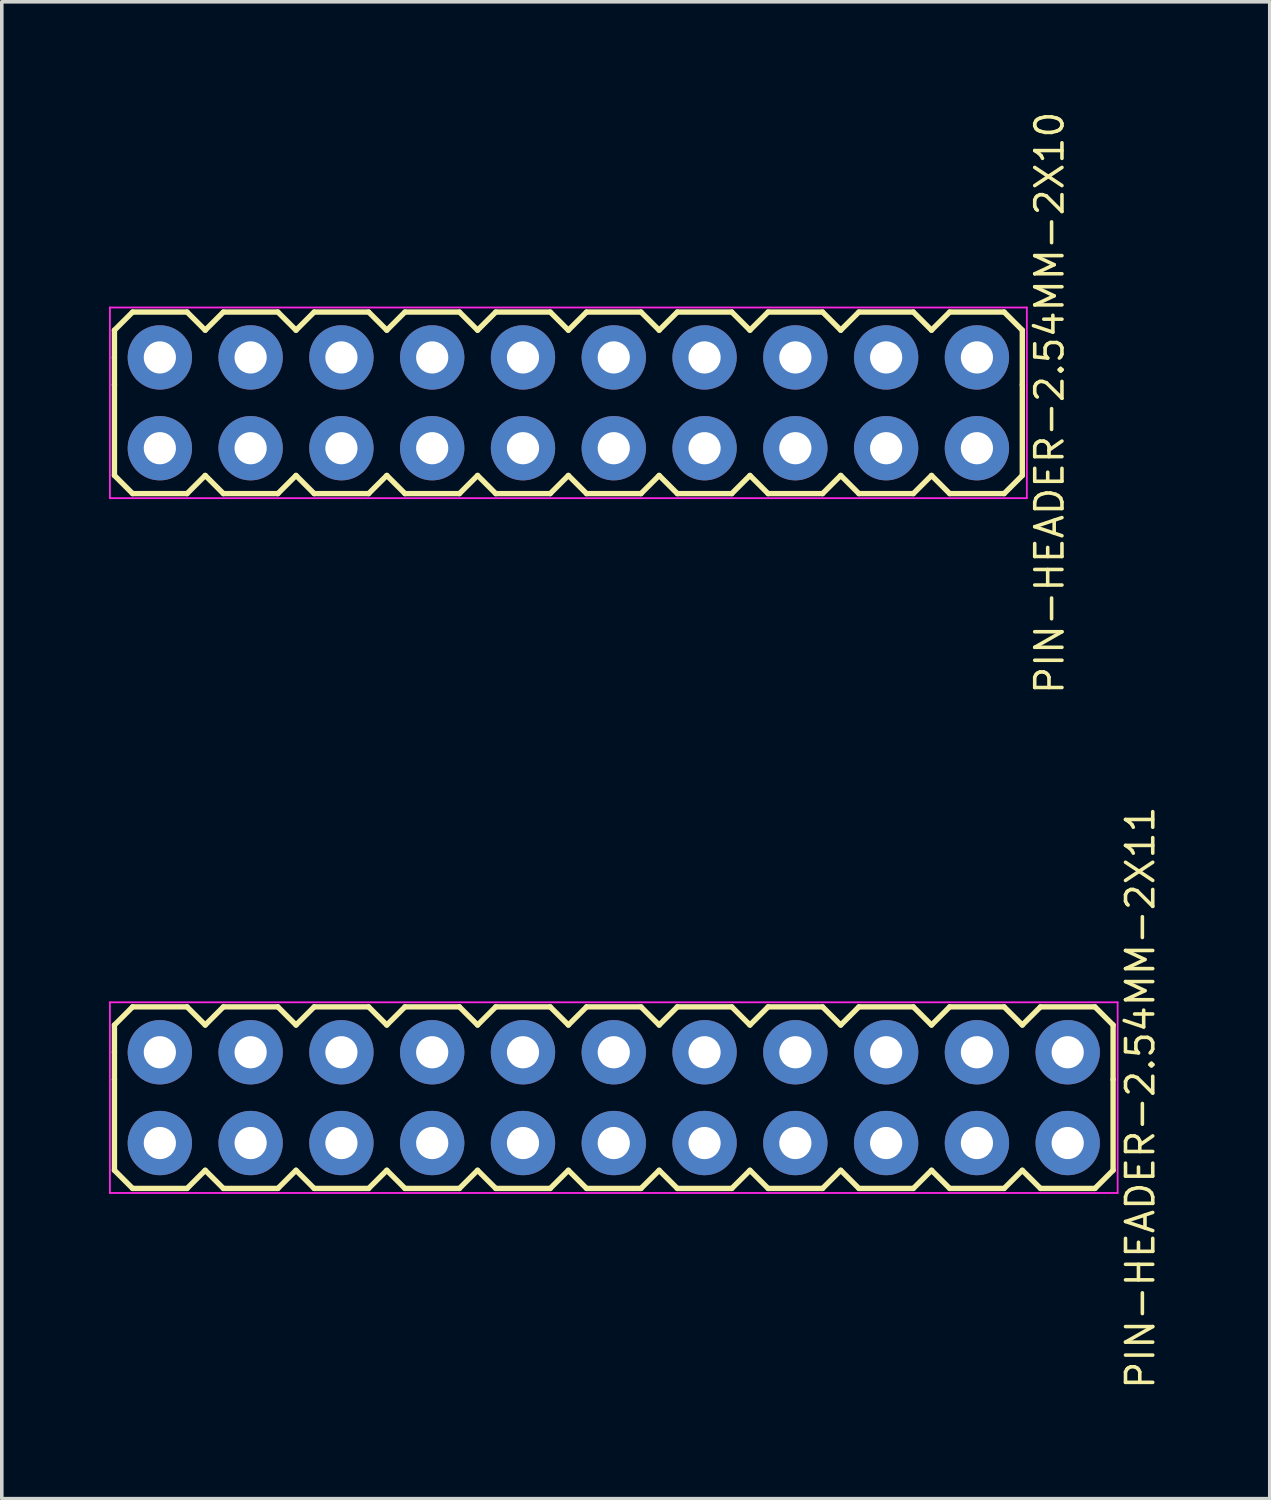
<source format=kicad_pcb>
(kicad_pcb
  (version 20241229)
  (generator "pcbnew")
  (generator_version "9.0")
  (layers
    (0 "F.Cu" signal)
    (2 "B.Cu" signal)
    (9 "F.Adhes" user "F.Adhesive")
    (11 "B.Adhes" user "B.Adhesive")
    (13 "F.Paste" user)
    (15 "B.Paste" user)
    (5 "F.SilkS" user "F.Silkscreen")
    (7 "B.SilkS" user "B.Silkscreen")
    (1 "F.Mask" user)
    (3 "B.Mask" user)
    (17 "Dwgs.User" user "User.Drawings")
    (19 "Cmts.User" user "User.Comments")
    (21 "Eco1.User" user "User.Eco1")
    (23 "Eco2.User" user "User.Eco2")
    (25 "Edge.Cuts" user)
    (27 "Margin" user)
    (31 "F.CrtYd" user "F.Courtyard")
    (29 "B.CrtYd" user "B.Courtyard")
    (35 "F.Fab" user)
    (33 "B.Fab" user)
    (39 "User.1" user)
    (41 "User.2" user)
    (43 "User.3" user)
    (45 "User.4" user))
  (footprint "PIN-HEADER-2.54MM-2X10"
    (layer "F.Cu")
    (at 12.852 8.22)
    (property "Reference" "PIN-HEADER-2.54MM-2X10" (at 13.462 0 90) (layer "F.SilkS") (effects (font (size 0.762 0.762) (thickness 0.1))))
    (attr through_hole)
    (fp_line (start -12.7 -2.032) (end -12.192 -2.54) (stroke (width 0.15) (type solid)) (layer "F.SilkS"))
    (fp_line (start -12.7 -1.27) (end -12.7 -2.032) (stroke (width 0.15) (type solid)) (layer "F.SilkS"))
    (fp_line (start -12.7 -0.508) (end -12.7 -1.27) (stroke (width 0.15) (type solid)) (layer "F.SilkS"))
    (fp_line (start -12.7 -0.508) (end -12.7 2.032) (stroke (width 0.15) (type solid)) (layer "F.SilkS"))
    (fp_line (start -12.7 2.032) (end -12.192 2.54) (stroke (width 0.15) (type solid)) (layer "F.SilkS"))
    (fp_line (start -12.192 -2.54) (end -10.668 -2.54) (stroke (width 0.15) (type solid)) (layer "F.SilkS"))
    (fp_line (start -12.192 2.54) (end -10.668 2.54) (stroke (width 0.15) (type solid)) (layer "F.SilkS"))
    (fp_line (start -10.668 -2.54) (end -10.16 -2.032) (stroke (width 0.15) (type solid)) (layer "F.SilkS"))
    (fp_line (start -10.668 2.54) (end -10.16 2.032) (stroke (width 0.15) (type solid)) (layer "F.SilkS"))
    (fp_line (start -10.16 -2.032) (end -9.652 -2.54) (stroke (width 0.15) (type solid)) (layer "F.SilkS"))
    (fp_line (start -10.16 2.032) (end -9.652 2.54) (stroke (width 0.15) (type solid)) (layer "F.SilkS"))
    (fp_line (start -9.652 -2.54) (end -8.128 -2.54) (stroke (width 0.15) (type solid)) (layer "F.SilkS"))
    (fp_line (start -9.652 2.54) (end -8.128 2.54) (stroke (width 0.15) (type solid)) (layer "F.SilkS"))
    (fp_line (start -8.128 -2.54) (end -7.62 -2.032) (stroke (width 0.15) (type solid)) (layer "F.SilkS"))
    (fp_line (start -8.128 2.54) (end -7.62 2.032) (stroke (width 0.15) (type solid)) (layer "F.SilkS"))
    (fp_line (start -7.62 -2.032) (end -7.112 -2.54) (stroke (width 0.15) (type solid)) (layer "F.SilkS"))
    (fp_line (start -7.62 2.032) (end -7.112 2.54) (stroke (width 0.15) (type solid)) (layer "F.SilkS"))
    (fp_line (start -7.112 -2.54) (end -5.588 -2.54) (stroke (width 0.15) (type solid)) (layer "F.SilkS"))
    (fp_line (start -7.112 2.54) (end -5.588 2.54) (stroke (width 0.15) (type solid)) (layer "F.SilkS"))
    (fp_line (start -5.588 -2.54) (end -5.08 -2.032) (stroke (width 0.15) (type solid)) (layer "F.SilkS"))
    (fp_line (start -5.588 2.54) (end -5.08 2.032) (stroke (width 0.15) (type solid)) (layer "F.SilkS"))
    (fp_line (start -5.08 -2.032) (end -4.572 -2.54) (stroke (width 0.15) (type solid)) (layer "F.SilkS"))
    (fp_line (start -5.08 2.032) (end -4.572 2.54) (stroke (width 0.15) (type solid)) (layer "F.SilkS"))
    (fp_line (start -4.572 -2.54) (end -3.048 -2.54) (stroke (width 0.15) (type solid)) (layer "F.SilkS"))
    (fp_line (start -4.572 2.54) (end -3.048 2.54) (stroke (width 0.15) (type solid)) (layer "F.SilkS"))
    (fp_line (start -3.048 -2.54) (end -2.54 -2.032) (stroke (width 0.15) (type solid)) (layer "F.SilkS"))
    (fp_line (start -3.048 2.54) (end -2.54 2.032) (stroke (width 0.15) (type solid)) (layer "F.SilkS"))
    (fp_line (start -2.54 -2.032) (end -2.032 -2.54) (stroke (width 0.15) (type solid)) (layer "F.SilkS"))
    (fp_line (start -2.54 2.032) (end -2.032 2.54) (stroke (width 0.15) (type solid)) (layer "F.SilkS"))
    (fp_line (start -2.032 -2.54) (end -0.508 -2.54) (stroke (width 0.15) (type solid)) (layer "F.SilkS"))
    (fp_line (start -2.032 2.54) (end -0.508 2.54) (stroke (width 0.15) (type solid)) (layer "F.SilkS"))
    (fp_line (start -0.508 -2.54) (end 0 -2.032) (stroke (width 0.15) (type solid)) (layer "F.SilkS"))
    (fp_line (start -0.508 2.54) (end 0 2.032) (stroke (width 0.15) (type solid)) (layer "F.SilkS"))
    (fp_line (start 0 -2.032) (end 0.508 -2.54) (stroke (width 0.15) (type solid)) (layer "F.SilkS"))
    (fp_line (start 0 2.032) (end 0.508 2.54) (stroke (width 0.15) (type solid)) (layer "F.SilkS"))
    (fp_line (start 0.508 -2.54) (end 2.032 -2.54) (stroke (width 0.15) (type solid)) (layer "F.SilkS"))
    (fp_line (start 0.508 2.54) (end 2.032 2.54) (stroke (width 0.15) (type solid)) (layer "F.SilkS"))
    (fp_line (start 2.032 -2.54) (end 2.54 -2.032) (stroke (width 0.15) (type solid)) (layer "F.SilkS"))
    (fp_line (start 2.032 2.54) (end 2.54 2.032) (stroke (width 0.15) (type solid)) (layer "F.SilkS"))
    (fp_line (start 2.54 -2.032) (end 3.048 -2.54) (stroke (width 0.15) (type solid)) (layer "F.SilkS"))
    (fp_line (start 2.54 2.032) (end 3.048 2.54) (stroke (width 0.15) (type solid)) (layer "F.SilkS"))
    (fp_line (start 3.048 -2.54) (end 4.572 -2.54) (stroke (width 0.15) (type solid)) (layer "F.SilkS"))
    (fp_line (start 3.048 2.54) (end 4.572 2.54) (stroke (width 0.15) (type solid)) (layer "F.SilkS"))
    (fp_line (start 4.572 -2.54) (end 5.08 -2.032) (stroke (width 0.15) (type solid)) (layer "F.SilkS"))
    (fp_line (start 4.572 2.54) (end 5.08 2.032) (stroke (width 0.15) (type solid)) (layer "F.SilkS"))
    (fp_line (start 5.08 -2.032) (end 5.588 -2.54) (stroke (width 0.15) (type solid)) (layer "F.SilkS"))
    (fp_line (start 5.08 2.032) (end 5.588 2.54) (stroke (width 0.15) (type solid)) (layer "F.SilkS"))
    (fp_line (start 5.588 -2.54) (end 7.112 -2.54) (stroke (width 0.15) (type solid)) (layer "F.SilkS"))
    (fp_line (start 5.588 2.54) (end 7.112 2.54) (stroke (width 0.15) (type solid)) (layer "F.SilkS"))
    (fp_line (start 7.112 -2.54) (end 7.62 -2.032) (stroke (width 0.15) (type solid)) (layer "F.SilkS"))
    (fp_line (start 7.112 2.54) (end 7.62 2.032) (stroke (width 0.15) (type solid)) (layer "F.SilkS"))
    (fp_line (start 7.62 -2.032) (end 8.128 -2.54) (stroke (width 0.15) (type solid)) (layer "F.SilkS"))
    (fp_line (start 7.62 2.032) (end 8.128 2.54) (stroke (width 0.15) (type solid)) (layer "F.SilkS"))
    (fp_line (start 8.128 -2.54) (end 9.652 -2.54) (stroke (width 0.15) (type solid)) (layer "F.SilkS"))
    (fp_line (start 8.128 2.54) (end 9.652 2.54) (stroke (width 0.15) (type solid)) (layer "F.SilkS"))
    (fp_line (start 9.652 -2.54) (end 10.16 -2.032) (stroke (width 0.15) (type solid)) (layer "F.SilkS"))
    (fp_line (start 9.652 2.54) (end 10.16 2.032) (stroke (width 0.15) (type solid)) (layer "F.SilkS"))
    (fp_line (start 10.16 -2.032) (end 10.668 -2.54) (stroke (width 0.15) (type solid)) (layer "F.SilkS"))
    (fp_line (start 10.16 2.032) (end 10.668 2.54) (stroke (width 0.15) (type solid)) (layer "F.SilkS"))
    (fp_line (start 10.668 -2.54) (end 12.192 -2.54) (stroke (width 0.15) (type solid)) (layer "F.SilkS"))
    (fp_line (start 10.668 2.54) (end 12.192 2.54) (stroke (width 0.15) (type solid)) (layer "F.SilkS"))
    (fp_line (start 12.192 -2.54) (end 12.7 -2.032) (stroke (width 0.15) (type solid)) (layer "F.SilkS"))
    (fp_line (start 12.192 2.54) (end 12.7 2.032) (stroke (width 0.15) (type solid)) (layer "F.SilkS"))
    (fp_line (start 12.7 -2.032) (end 12.7 -0.508) (stroke (width 0.15) (type solid)) (layer "F.SilkS"))
    (fp_line (start 12.7 2.032) (end 12.7 -0.508) (stroke (width 0.15) (type solid)) (layer "F.SilkS"))
    (fp_line (start -12.827 -2.667) (end 12.827 -2.667) (stroke (width 0.05) (type solid)) (layer "F.CrtYd"))
    (fp_line (start -12.827 2.667) (end -12.827 -2.667) (stroke (width 0.05) (type solid)) (layer "F.CrtYd"))
    (fp_line (start 12.827 -2.667) (end 12.827 2.667) (stroke (width 0.05) (type solid)) (layer "F.CrtYd"))
    (fp_line (start 12.827 2.667) (end -12.827 2.667) (stroke (width 0.05) (type solid)) (layer "F.CrtYd"))
    (pad "1" thru_hole circle (at -11.43 1.27) (size 1.8 1.8) (drill 0.9) (layers "*.Cu" "*.Mask"))
    (pad "2" thru_hole circle (at -11.43 -1.27) (size 1.8 1.8) (drill 0.9) (layers "*.Cu" "*.Mask"))
    (pad "3" thru_hole circle (at -8.89 1.27) (size 1.8 1.8) (drill 0.9) (layers "*.Cu" "*.Mask"))
    (pad "4" thru_hole circle (at -8.89 -1.27) (size 1.8 1.8) (drill 0.9) (layers "*.Cu" "*.Mask"))
    (pad "5" thru_hole circle (at -6.35 1.27) (size 1.8 1.8) (drill 0.9) (layers "*.Cu" "*.Mask"))
    (pad "6" thru_hole circle (at -6.35 -1.27) (size 1.8 1.8) (drill 0.9) (layers "*.Cu" "*.Mask"))
    (pad "7" thru_hole circle (at -3.81 1.27) (size 1.8 1.8) (drill 0.9) (layers "*.Cu" "*.Mask"))
    (pad "8" thru_hole circle (at -3.81 -1.27) (size 1.8 1.8) (drill 0.9) (layers "*.Cu" "*.Mask"))
    (pad "9" thru_hole circle (at -1.27 1.27) (size 1.8 1.8) (drill 0.9) (layers "*.Cu" "*.Mask"))
    (pad "10" thru_hole circle (at -1.27 -1.27) (size 1.8 1.8) (drill 0.9) (layers "*.Cu" "*.Mask"))
    (pad "11" thru_hole circle (at 1.27 1.27) (size 1.8 1.8) (drill 0.9) (layers "*.Cu" "*.Mask"))
    (pad "12" thru_hole circle (at 1.27 -1.27) (size 1.8 1.8) (drill 0.9) (layers "*.Cu" "*.Mask"))
    (pad "13" thru_hole circle (at 3.81 1.27) (size 1.8 1.8) (drill 0.9) (layers "*.Cu" "*.Mask"))
    (pad "14" thru_hole circle (at 3.81 -1.27) (size 1.8 1.8) (drill 0.9) (layers "*.Cu" "*.Mask"))
    (pad "15" thru_hole circle (at 6.35 1.27) (size 1.8 1.8) (drill 0.9) (layers "*.Cu" "*.Mask"))
    (pad "16" thru_hole circle (at 6.35 -1.27) (size 1.8 1.8) (drill 0.9) (layers "*.Cu" "*.Mask"))
    (pad "17" thru_hole circle (at 8.89 1.27) (size 1.8 1.8) (drill 0.9) (layers "*.Cu" "*.Mask"))
    (pad "18" thru_hole circle (at 8.89 -1.27) (size 1.8 1.8) (drill 0.9) (layers "*.Cu" "*.Mask"))
    (pad "19" thru_hole circle (at 11.43 1.27) (size 1.8 1.8) (drill 0.9) (layers "*.Cu" "*.Mask"))
    (pad "20" thru_hole circle (at 11.43 -1.27) (size 1.8 1.8) (drill 0.9) (layers "*.Cu" "*.Mask")))
  (footprint "PIN-HEADER-2.54MM-2X11"
    (layer "F.Cu")
    (at 14.122 27.66)
    (property "Reference" "PIN-HEADER-2.54MM-2X11" (at 14.732 0 90) (layer "F.SilkS") (effects (font (size 0.762 0.762) (thickness 0.1))))
    (attr through_hole)
    (fp_line (start -13.97 -2.032) (end -13.462 -2.54) (stroke (width 0.15) (type solid)) (layer "F.SilkS"))
    (fp_line (start -13.97 -1.27) (end -13.97 -2.032) (stroke (width 0.15) (type solid)) (layer "F.SilkS"))
    (fp_line (start -13.97 -0.508) (end -13.97 -1.27) (stroke (width 0.15) (type solid)) (layer "F.SilkS"))
    (fp_line (start -13.97 -0.508) (end -13.97 2.032) (stroke (width 0.15) (type solid)) (layer "F.SilkS"))
    (fp_line (start -13.462 -2.54) (end -11.938 -2.54) (stroke (width 0.15) (type solid)) (layer "F.SilkS"))
    (fp_line (start -13.462 2.54) (end -13.97 2.032) (stroke (width 0.15) (type solid)) (layer "F.SilkS"))
    (fp_line (start -11.938 -2.54) (end -11.43 -2.032) (stroke (width 0.15) (type solid)) (layer "F.SilkS"))
    (fp_line (start -11.938 2.54) (end -13.462 2.54) (stroke (width 0.15) (type solid)) (layer "F.SilkS"))
    (fp_line (start -11.43 -2.032) (end -10.922 -2.54) (stroke (width 0.15) (type solid)) (layer "F.SilkS"))
    (fp_line (start -11.43 2.032) (end -11.938 2.54) (stroke (width 0.15) (type solid)) (layer "F.SilkS"))
    (fp_line (start -10.922 -2.54) (end -9.398 -2.54) (stroke (width 0.15) (type solid)) (layer "F.SilkS"))
    (fp_line (start -10.922 2.54) (end -11.43 2.032) (stroke (width 0.15) (type solid)) (layer "F.SilkS"))
    (fp_line (start -9.398 -2.54) (end -8.89 -2.032) (stroke (width 0.15) (type solid)) (layer "F.SilkS"))
    (fp_line (start -9.398 2.54) (end -10.922 2.54) (stroke (width 0.15) (type solid)) (layer "F.SilkS"))
    (fp_line (start -8.89 -2.032) (end -8.382 -2.54) (stroke (width 0.15) (type solid)) (layer "F.SilkS"))
    (fp_line (start -8.89 2.032) (end -9.398 2.54) (stroke (width 0.15) (type solid)) (layer "F.SilkS"))
    (fp_line (start -8.382 -2.54) (end -6.858 -2.54) (stroke (width 0.15) (type solid)) (layer "F.SilkS"))
    (fp_line (start -8.382 2.54) (end -8.89 2.032) (stroke (width 0.15) (type solid)) (layer "F.SilkS"))
    (fp_line (start -6.858 -2.54) (end -6.35 -2.032) (stroke (width 0.15) (type solid)) (layer "F.SilkS"))
    (fp_line (start -6.858 2.54) (end -8.382 2.54) (stroke (width 0.15) (type solid)) (layer "F.SilkS"))
    (fp_line (start -6.35 -2.032) (end -5.842 -2.54) (stroke (width 0.15) (type solid)) (layer "F.SilkS"))
    (fp_line (start -6.35 2.032) (end -6.858 2.54) (stroke (width 0.15) (type solid)) (layer "F.SilkS"))
    (fp_line (start -5.842 -2.54) (end -4.318 -2.54) (stroke (width 0.15) (type solid)) (layer "F.SilkS"))
    (fp_line (start -5.842 2.54) (end -6.35 2.032) (stroke (width 0.15) (type solid)) (layer "F.SilkS"))
    (fp_line (start -4.318 -2.54) (end -3.81 -2.032) (stroke (width 0.15) (type solid)) (layer "F.SilkS"))
    (fp_line (start -4.318 2.54) (end -5.842 2.54) (stroke (width 0.15) (type solid)) (layer "F.SilkS"))
    (fp_line (start -3.81 -2.032) (end -3.302 -2.54) (stroke (width 0.15) (type solid)) (layer "F.SilkS"))
    (fp_line (start -3.81 2.032) (end -4.318 2.54) (stroke (width 0.15) (type solid)) (layer "F.SilkS"))
    (fp_line (start -3.302 -2.54) (end -1.778 -2.54) (stroke (width 0.15) (type solid)) (layer "F.SilkS"))
    (fp_line (start -3.302 2.54) (end -3.81 2.032) (stroke (width 0.15) (type solid)) (layer "F.SilkS"))
    (fp_line (start -1.778 -2.54) (end -1.27 -2.032) (stroke (width 0.15) (type solid)) (layer "F.SilkS"))
    (fp_line (start -1.778 2.54) (end -3.302 2.54) (stroke (width 0.15) (type solid)) (layer "F.SilkS"))
    (fp_line (start -1.27 -2.032) (end -0.762 -2.54) (stroke (width 0.15) (type solid)) (layer "F.SilkS"))
    (fp_line (start -1.27 2.032) (end -1.778 2.54) (stroke (width 0.15) (type solid)) (layer "F.SilkS"))
    (fp_line (start -0.762 -2.54) (end 0.762 -2.54) (stroke (width 0.15) (type solid)) (layer "F.SilkS"))
    (fp_line (start -0.762 2.54) (end -1.27 2.032) (stroke (width 0.15) (type solid)) (layer "F.SilkS"))
    (fp_line (start 0.762 -2.54) (end 1.27 -2.032) (stroke (width 0.15) (type solid)) (layer "F.SilkS"))
    (fp_line (start 0.762 2.54) (end -0.762 2.54) (stroke (width 0.15) (type solid)) (layer "F.SilkS"))
    (fp_line (start 1.27 -2.032) (end 1.778 -2.54) (stroke (width 0.15) (type solid)) (layer "F.SilkS"))
    (fp_line (start 1.27 2.032) (end 0.762 2.54) (stroke (width 0.15) (type solid)) (layer "F.SilkS"))
    (fp_line (start 1.778 -2.54) (end 3.302 -2.54) (stroke (width 0.15) (type solid)) (layer "F.SilkS"))
    (fp_line (start 1.778 2.54) (end 1.27 2.032) (stroke (width 0.15) (type solid)) (layer "F.SilkS"))
    (fp_line (start 3.302 -2.54) (end 3.81 -2.032) (stroke (width 0.15) (type solid)) (layer "F.SilkS"))
    (fp_line (start 3.302 2.54) (end 1.778 2.54) (stroke (width 0.15) (type solid)) (layer "F.SilkS"))
    (fp_line (start 3.81 -2.032) (end 4.318 -2.54) (stroke (width 0.15) (type solid)) (layer "F.SilkS"))
    (fp_line (start 3.81 2.032) (end 3.302 2.54) (stroke (width 0.15) (type solid)) (layer "F.SilkS"))
    (fp_line (start 4.318 -2.54) (end 5.842 -2.54) (stroke (width 0.15) (type solid)) (layer "F.SilkS"))
    (fp_line (start 4.318 2.54) (end 3.81 2.032) (stroke (width 0.15) (type solid)) (layer "F.SilkS"))
    (fp_line (start 5.842 -2.54) (end 6.35 -2.032) (stroke (width 0.15) (type solid)) (layer "F.SilkS"))
    (fp_line (start 5.842 2.54) (end 4.318 2.54) (stroke (width 0.15) (type solid)) (layer "F.SilkS"))
    (fp_line (start 6.35 -2.032) (end 6.858 -2.54) (stroke (width 0.15) (type solid)) (layer "F.SilkS"))
    (fp_line (start 6.35 2.032) (end 5.842 2.54) (stroke (width 0.15) (type solid)) (layer "F.SilkS"))
    (fp_line (start 6.858 -2.54) (end 8.382 -2.54) (stroke (width 0.15) (type solid)) (layer "F.SilkS"))
    (fp_line (start 6.858 2.54) (end 6.35 2.032) (stroke (width 0.15) (type solid)) (layer "F.SilkS"))
    (fp_line (start 8.382 -2.54) (end 8.89 -2.032) (stroke (width 0.15) (type solid)) (layer "F.SilkS"))
    (fp_line (start 8.382 2.54) (end 6.858 2.54) (stroke (width 0.15) (type solid)) (layer "F.SilkS"))
    (fp_line (start 8.89 -2.032) (end 9.398 -2.54) (stroke (width 0.15) (type solid)) (layer "F.SilkS"))
    (fp_line (start 8.89 2.032) (end 8.382 2.54) (stroke (width 0.15) (type solid)) (layer "F.SilkS"))
    (fp_line (start 9.398 -2.54) (end 10.922 -2.54) (stroke (width 0.15) (type solid)) (layer "F.SilkS"))
    (fp_line (start 9.398 2.54) (end 8.89 2.032) (stroke (width 0.15) (type solid)) (layer "F.SilkS"))
    (fp_line (start 10.922 -2.54) (end 11.43 -2.032) (stroke (width 0.15) (type solid)) (layer "F.SilkS"))
    (fp_line (start 10.922 2.54) (end 9.398 2.54) (stroke (width 0.15) (type solid)) (layer "F.SilkS"))
    (fp_line (start 11.43 -2.032) (end 11.938 -2.54) (stroke (width 0.15) (type solid)) (layer "F.SilkS"))
    (fp_line (start 11.43 2.032) (end 10.922 2.54) (stroke (width 0.15) (type solid)) (layer "F.SilkS"))
    (fp_line (start 11.938 -2.54) (end 13.462 -2.54) (stroke (width 0.15) (type solid)) (layer "F.SilkS"))
    (fp_line (start 11.938 2.54) (end 11.43 2.032) (stroke (width 0.15) (type solid)) (layer "F.SilkS"))
    (fp_line (start 13.462 -2.54) (end 13.97 -2.032) (stroke (width 0.15) (type solid)) (layer "F.SilkS"))
    (fp_line (start 13.462 2.54) (end 11.938 2.54) (stroke (width 0.15) (type solid)) (layer "F.SilkS"))
    (fp_line (start 13.97 -2.032) (end 13.97 -0.508) (stroke (width 0.15) (type solid)) (layer "F.SilkS"))
    (fp_line (start 13.97 -0.508) (end 13.97 2.032) (stroke (width 0.15) (type solid)) (layer "F.SilkS"))
    (fp_line (start 13.97 2.032) (end 13.462 2.54) (stroke (width 0.15) (type solid)) (layer "F.SilkS"))
    (fp_line (start -14.097 -2.667) (end 14.097 -2.667) (stroke (width 0.05) (type solid)) (layer "F.CrtYd"))
    (fp_line (start -14.097 2.667) (end -14.097 -2.667) (stroke (width 0.05) (type solid)) (layer "F.CrtYd"))
    (fp_line (start 14.097 -2.667) (end 14.097 2.667) (stroke (width 0.05) (type solid)) (layer "F.CrtYd"))
    (fp_line (start 14.097 2.667) (end -14.097 2.667) (stroke (width 0.05) (type solid)) (layer "F.CrtYd"))
    (pad "1" thru_hole circle (at -12.7 1.27) (size 1.8 1.8) (drill 0.9) (layers "*.Cu" "*.Mask"))
    (pad "2" thru_hole circle (at -12.7 -1.27) (size 1.8 1.8) (drill 0.9) (layers "*.Cu" "*.Mask"))
    (pad "3" thru_hole circle (at -10.16 1.27) (size 1.8 1.8) (drill 0.9) (layers "*.Cu" "*.Mask"))
    (pad "4" thru_hole circle (at -10.16 -1.27) (size 1.8 1.8) (drill 0.9) (layers "*.Cu" "*.Mask"))
    (pad "5" thru_hole circle (at -7.62 1.27) (size 1.8 1.8) (drill 0.9) (layers "*.Cu" "*.Mask"))
    (pad "6" thru_hole circle (at -7.62 -1.27) (size 1.8 1.8) (drill 0.9) (layers "*.Cu" "*.Mask"))
    (pad "7" thru_hole circle (at -5.08 1.27) (size 1.8 1.8) (drill 0.9) (layers "*.Cu" "*.Mask"))
    (pad "8" thru_hole circle (at -5.08 -1.27) (size 1.8 1.8) (drill 0.9) (layers "*.Cu" "*.Mask"))
    (pad "9" thru_hole circle (at -2.54 1.27) (size 1.8 1.8) (drill 0.9) (layers "*.Cu" "*.Mask"))
    (pad "10" thru_hole circle (at -2.54 -1.27) (size 1.8 1.8) (drill 0.9) (layers "*.Cu" "*.Mask"))
    (pad "11" thru_hole circle (at 0 1.27) (size 1.8 1.8) (drill 0.9) (layers "*.Cu" "*.Mask"))
    (pad "12" thru_hole circle (at 0 -1.27) (size 1.8 1.8) (drill 0.9) (layers "*.Cu" "*.Mask"))
    (pad "13" thru_hole circle (at 2.54 1.27) (size 1.8 1.8) (drill 0.9) (layers "*.Cu" "*.Mask"))
    (pad "14" thru_hole circle (at 2.54 -1.27) (size 1.8 1.8) (drill 0.9) (layers "*.Cu" "*.Mask"))
    (pad "15" thru_hole circle (at 5.08 1.27) (size 1.8 1.8) (drill 0.9) (layers "*.Cu" "*.Mask"))
    (pad "16" thru_hole circle (at 5.08 -1.27) (size 1.8 1.8) (drill 0.9) (layers "*.Cu" "*.Mask"))
    (pad "17" thru_hole circle (at 7.62 1.27) (size 1.8 1.8) (drill 0.9) (layers "*.Cu" "*.Mask"))
    (pad "18" thru_hole circle (at 7.62 -1.27) (size 1.8 1.8) (drill 0.9) (layers "*.Cu" "*.Mask"))
    (pad "19" thru_hole circle (at 10.16 1.27) (size 1.8 1.8) (drill 0.9) (layers "*.Cu" "*.Mask"))
    (pad "20" thru_hole circle (at 10.16 -1.27) (size 1.8 1.8) (drill 0.9) (layers "*.Cu" "*.Mask"))
    (pad "21" thru_hole circle (at 12.7 1.27) (size 1.8 1.8) (drill 0.9) (layers "*.Cu" "*.Mask"))
    (pad "22" thru_hole circle (at 12.7 -1.27) (size 1.8 1.8) (drill 0.9) (layers "*.Cu" "*.Mask")))
  (gr_rect
    (start -3 -3)
    (end 32.475 38.88)
    (stroke (width 0.1) (type default))
    (fill no)
    (layer "Edge.Cuts")))
</source>
